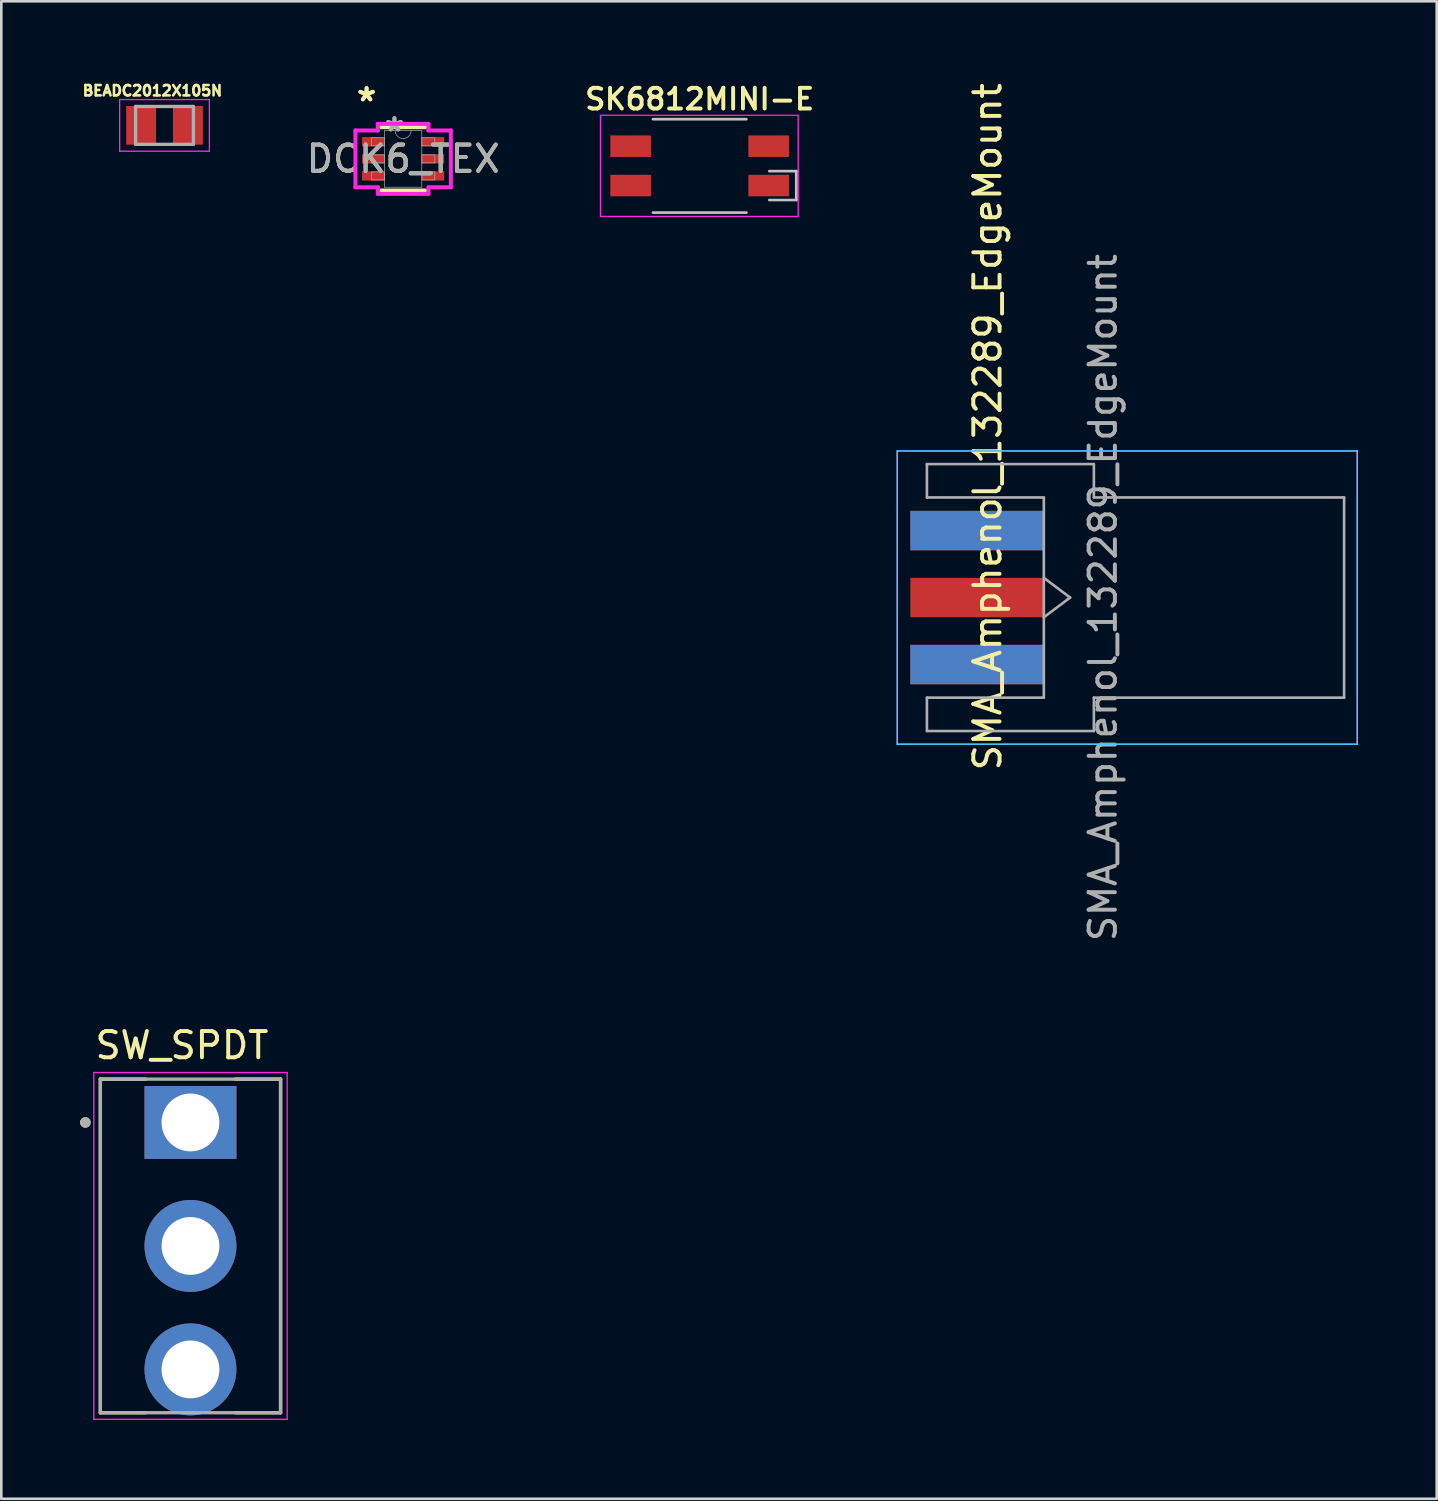
<source format=kicad_pcb>
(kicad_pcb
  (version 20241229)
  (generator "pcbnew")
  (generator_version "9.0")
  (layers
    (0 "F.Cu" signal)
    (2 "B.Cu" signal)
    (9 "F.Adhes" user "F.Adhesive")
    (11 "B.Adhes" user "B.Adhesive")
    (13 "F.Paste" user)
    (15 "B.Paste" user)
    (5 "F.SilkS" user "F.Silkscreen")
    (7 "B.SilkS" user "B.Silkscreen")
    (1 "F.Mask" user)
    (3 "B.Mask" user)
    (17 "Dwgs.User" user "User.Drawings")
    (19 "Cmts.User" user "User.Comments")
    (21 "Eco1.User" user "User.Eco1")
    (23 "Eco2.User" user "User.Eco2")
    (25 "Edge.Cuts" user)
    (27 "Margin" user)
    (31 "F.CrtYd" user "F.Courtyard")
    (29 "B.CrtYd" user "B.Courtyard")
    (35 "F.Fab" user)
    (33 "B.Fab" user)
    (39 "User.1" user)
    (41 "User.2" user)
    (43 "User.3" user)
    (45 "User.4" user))
  (footprint "SW_SPDT"
    (layer "F.Cu")
    (at 4.2 44.376)
    (property "Reference" "SW_SPDT" (at -0.325 -7.635 0) (layer "F.SilkS") (effects (font (size 1 1) (thickness 0.15))))
    (attr through_hole)
    (fp_line (start -3.43 6.35) (end -3.43 -6.35) (stroke (width 0.127) (type solid)) (layer "F.SilkS"))
    (fp_line (start -1.71 -6.35) (end -3.43 -6.35) (stroke (width 0.127) (type solid)) (layer "F.SilkS"))
    (fp_line (start -1.71 6.35) (end -3.43 6.35) (stroke (width 0.127) (type solid)) (layer "F.SilkS"))
    (fp_line (start 3.43 -6.35) (end 1.71 -6.35) (stroke (width 0.127) (type solid)) (layer "F.SilkS"))
    (fp_line (start 3.43 -6.35) (end 3.43 6.35) (stroke (width 0.127) (type solid)) (layer "F.SilkS"))
    (fp_line (start 3.43 6.35) (end 1.71 6.35) (stroke (width 0.127) (type solid)) (layer "F.SilkS"))
    (fp_circle (center -4 -4.7) (end -3.9 -4.7) (stroke (width 0.2) (type solid)) (fill no) (layer "F.SilkS"))
    (fp_line (start -3.68 -6.6) (end -3.68 6.6) (stroke (width 0.05) (type solid)) (layer "F.CrtYd"))
    (fp_line (start -3.68 6.6) (end 3.68 6.6) (stroke (width 0.05) (type solid)) (layer "F.CrtYd"))
    (fp_line (start 3.68 -6.6) (end -3.68 -6.6) (stroke (width 0.05) (type solid)) (layer "F.CrtYd"))
    (fp_line (start 3.68 6.6) (end 3.68 -6.6) (stroke (width 0.05) (type solid)) (layer "F.CrtYd"))
    (fp_line (start -3.43 -6.35) (end -3.43 6.35) (stroke (width 0.127) (type solid)) (layer "F.Fab"))
    (fp_line (start -3.43 6.35) (end 3.43 6.35) (stroke (width 0.127) (type solid)) (layer "F.Fab"))
    (fp_line (start 3.43 -6.35) (end -3.43 -6.35) (stroke (width 0.127) (type solid)) (layer "F.Fab"))
    (fp_line (start 3.43 6.35) (end 3.43 -6.35) (stroke (width 0.127) (type solid)) (layer "F.Fab"))
    (fp_circle (center -4 -4.7) (end -3.9 -4.7) (stroke (width 0.2) (type solid)) (fill no) (layer "F.Fab"))
    (pad "1" thru_hole rect (at 0 -4.7) (size 3.5 2.775) (drill 2.2) (layers "*.Cu" "*.Mask"))
    (pad "2" thru_hole circle (at 0 0) (size 3.5 3.5) (drill 2.2) (layers "*.Cu" "*.Mask"))
    (pad "3" thru_hole circle (at 0 4.7) (size 3.5 3.5) (drill 2.2) (layers "*.Cu" "*.Mask")))
  (footprint "DCK6_TEX"
    (layer "F.Cu")
    (at 12.295 2.997)
    (property "Reference" "DCK6_TEX" (at 0 0 0) (unlocked yes) (layer "F.SilkS") (effects (font (size 1 1) (thickness 0.15))))
    (attr smd)
    (fp_line (start -0.838 1.206) (end 0.838 1.206) (stroke (width 0.152) (type solid)) (layer "F.SilkS"))
    (fp_line (start 0.838 -1.206) (end -0.838 -1.206) (stroke (width 0.152) (type solid)) (layer "F.SilkS"))
    (fp_line (start -1.816 -1.082) (end -0.965 -1.082) (stroke (width 0.152) (type solid)) (layer "F.CrtYd"))
    (fp_line (start -1.816 1.082) (end -1.816 -1.082) (stroke (width 0.152) (type solid)) (layer "F.CrtYd"))
    (fp_line (start -1.816 1.082) (end -0.965 1.082) (stroke (width 0.152) (type solid)) (layer "F.CrtYd"))
    (fp_line (start -0.965 -1.333) (end 0.965 -1.333) (stroke (width 0.152) (type solid)) (layer "F.CrtYd"))
    (fp_line (start -0.965 -1.082) (end -0.965 -1.333) (stroke (width 0.152) (type solid)) (layer "F.CrtYd"))
    (fp_line (start -0.965 1.333) (end -0.965 1.082) (stroke (width 0.152) (type solid)) (layer "F.CrtYd"))
    (fp_line (start 0.965 -1.333) (end 0.965 -1.082) (stroke (width 0.152) (type solid)) (layer "F.CrtYd"))
    (fp_line (start 0.965 1.082) (end 0.965 1.333) (stroke (width 0.152) (type solid)) (layer "F.CrtYd"))
    (fp_line (start 0.965 1.333) (end -0.965 1.333) (stroke (width 0.152) (type solid)) (layer "F.CrtYd"))
    (fp_line (start 1.816 -1.082) (end 0.965 -1.082) (stroke (width 0.152) (type solid)) (layer "F.CrtYd"))
    (fp_line (start 1.816 -1.082) (end 1.816 1.082) (stroke (width 0.152) (type solid)) (layer "F.CrtYd"))
    (fp_line (start 1.816 1.082) (end 0.965 1.082) (stroke (width 0.152) (type solid)) (layer "F.CrtYd"))
    (fp_line (start -1.206 -0.802) (end -1.206 -0.498) (stroke (width 0.025) (type solid)) (layer "F.Fab"))
    (fp_line (start -1.206 -0.498) (end -0.711 -0.498) (stroke (width 0.025) (type solid)) (layer "F.Fab"))
    (fp_line (start -1.206 -0.152) (end -1.206 0.152) (stroke (width 0.025) (type solid)) (layer "F.Fab"))
    (fp_line (start -1.206 0.152) (end -0.711 0.152) (stroke (width 0.025) (type solid)) (layer "F.Fab"))
    (fp_line (start -1.206 0.498) (end -1.206 0.802) (stroke (width 0.025) (type solid)) (layer "F.Fab"))
    (fp_line (start -1.206 0.802) (end -0.711 0.802) (stroke (width 0.025) (type solid)) (layer "F.Fab"))
    (fp_line (start -0.711 -1.079) (end -0.711 1.079) (stroke (width 0.025) (type solid)) (layer "F.Fab"))
    (fp_line (start -0.711 -0.802) (end -1.206 -0.802) (stroke (width 0.025) (type solid)) (layer "F.Fab"))
    (fp_line (start -0.711 -0.498) (end -0.711 -0.802) (stroke (width 0.025) (type solid)) (layer "F.Fab"))
    (fp_line (start -0.711 -0.152) (end -1.206 -0.152) (stroke (width 0.025) (type solid)) (layer "F.Fab"))
    (fp_line (start -0.711 0.152) (end -0.711 -0.152) (stroke (width 0.025) (type solid)) (layer "F.Fab"))
    (fp_line (start -0.711 0.498) (end -1.206 0.498) (stroke (width 0.025) (type solid)) (layer "F.Fab"))
    (fp_line (start -0.711 0.802) (end -0.711 0.498) (stroke (width 0.025) (type solid)) (layer "F.Fab"))
    (fp_line (start -0.711 1.079) (end 0.711 1.079) (stroke (width 0.025) (type solid)) (layer "F.Fab"))
    (fp_line (start 0.711 -1.079) (end -0.711 -1.079) (stroke (width 0.025) (type solid)) (layer "F.Fab"))
    (fp_line (start 0.711 -0.802) (end 0.711 -0.498) (stroke (width 0.025) (type solid)) (layer "F.Fab"))
    (fp_line (start 0.711 -0.498) (end 1.206 -0.498) (stroke (width 0.025) (type solid)) (layer "F.Fab"))
    (fp_line (start 0.711 -0.152) (end 0.711 0.152) (stroke (width 0.025) (type solid)) (layer "F.Fab"))
    (fp_line (start 0.711 0.152) (end 1.206 0.152) (stroke (width 0.025) (type solid)) (layer "F.Fab"))
    (fp_line (start 0.711 0.498) (end 0.711 0.802) (stroke (width 0.025) (type solid)) (layer "F.Fab"))
    (fp_line (start 0.711 0.802) (end 1.206 0.802) (stroke (width 0.025) (type solid)) (layer "F.Fab"))
    (fp_line (start 0.711 1.079) (end 0.711 -1.079) (stroke (width 0.025) (type solid)) (layer "F.Fab"))
    (fp_line (start 1.206 -0.802) (end 0.711 -0.802) (stroke (width 0.025) (type solid)) (layer "F.Fab"))
    (fp_line (start 1.206 -0.498) (end 1.206 -0.802) (stroke (width 0.025) (type solid)) (layer "F.Fab"))
    (fp_line (start 1.206 -0.152) (end 0.711 -0.152) (stroke (width 0.025) (type solid)) (layer "F.Fab"))
    (fp_line (start 1.206 0.152) (end 1.206 -0.152) (stroke (width 0.025) (type solid)) (layer "F.Fab"))
    (fp_line (start 1.206 0.498) (end 0.711 0.498) (stroke (width 0.025) (type solid)) (layer "F.Fab"))
    (fp_line (start 1.206 0.802) (end 1.206 0.498) (stroke (width 0.025) (type solid)) (layer "F.Fab"))
    (fp_arc (start 0.3048 -1.0795) (mid 0 -0.7747) (end -0.3048 -1.0795) (stroke (width 0.0254) (type solid)) (layer "F.Fab"))
    (fp_text user "*" (at -1.391 -2.149 0) (unlocked yes) (layer "F.SilkS") (effects (font (size 1 1) (thickness 0.15))))
    (fp_text user "*" (at -1.391 -2.149 0) (layer "F.SilkS") (effects (font (size 1 1) (thickness 0.15))))
    (fp_text user "${REFERENCE}" (at 0 0 0) (unlocked yes) (layer "F.Fab") (effects (font (size 1 1) (thickness 0.15))))
    (fp_text user "*" (at -0.33 -1.003 0) (layer "F.Fab") (effects (font (size 1 1) (thickness 0.15))))
    (fp_text user "*" (at -0.33 -1.003 0) (unlocked yes) (layer "F.Fab") (effects (font (size 1 1) (thickness 0.15))))
    (pad "1" smd rect (at -1.137 -0.65) (size 0.851 0.356) (layers "F.Cu" "F.Mask" "F.Paste"))
    (pad "2" smd rect (at -1.137 0) (size 0.851 0.356) (layers "F.Cu" "F.Mask" "F.Paste"))
    (pad "3" smd rect (at -1.137 0.65) (size 0.851 0.356) (layers "F.Cu" "F.Mask" "F.Paste"))
    (pad "4" smd rect (at 1.137 0.65) (size 0.851 0.356) (layers "F.Cu" "F.Mask" "F.Paste"))
    (pad "5" smd rect (at 1.137 0) (size 0.851 0.356) (layers "F.Cu" "F.Mask" "F.Paste"))
    (pad "6" smd rect (at 1.137 -0.65) (size 0.851 0.356) (layers "F.Cu" "F.Mask" "F.Paste")))
  (footprint "SMA_Amphenol_132289_EdgeMount"
    (layer "F.Cu")
    (at 34.143 19.696)
    (property "Reference" "SMA_Amphenol_132289_EdgeMount" (at 0.4 -6.5 270) (layer "F.SilkS") (effects (font (size 1 1) (thickness 0.15) (bold yes))))
    (attr smd)
    (fp_line (start -3.04 5.58) (end -3.04 -5.58) (stroke (width 0.05) (type solid)) (layer "B.CrtYd"))
    (fp_line (start 14.47 -5.58) (end -3.04 -5.58) (stroke (width 0.05) (type solid)) (layer "B.CrtYd"))
    (fp_line (start 14.47 -5.58) (end 14.47 5.58) (stroke (width 0.05) (type solid)) (layer "B.CrtYd"))
    (fp_line (start 14.47 5.58) (end -3.04 5.58) (stroke (width 0.05) (type solid)) (layer "B.CrtYd"))
    (fp_line (start -3.04 5.58) (end -3.04 -5.58) (stroke (width 0.05) (type solid)) (layer "F.CrtYd"))
    (fp_line (start 14.47 -5.58) (end -3.04 -5.58) (stroke (width 0.05) (type solid)) (layer "F.CrtYd"))
    (fp_line (start 14.47 -5.58) (end 14.47 5.58) (stroke (width 0.05) (type solid)) (layer "F.CrtYd"))
    (fp_line (start 14.47 5.58) (end -3.04 5.58) (stroke (width 0.05) (type solid)) (layer "F.CrtYd"))
    (fp_line (start -1.91 -5.08) (end -1.91 -3.81) (stroke (width 0.1) (type solid)) (layer "F.Fab"))
    (fp_line (start -1.91 -5.08) (end 4.445 -5.08) (stroke (width 0.1) (type solid)) (layer "F.Fab"))
    (fp_line (start -1.91 -3.81) (end 2.54 -3.81) (stroke (width 0.1) (type solid)) (layer "F.Fab"))
    (fp_line (start -1.91 3.81) (end -1.91 5.08) (stroke (width 0.1) (type solid)) (layer "F.Fab"))
    (fp_line (start -1.91 5.08) (end 4.445 5.08) (stroke (width 0.1) (type solid)) (layer "F.Fab"))
    (fp_line (start 2.54 -3.81) (end 2.54 3.81) (stroke (width 0.1) (type solid)) (layer "F.Fab"))
    (fp_line (start 2.54 -0.75) (end 3.54 0) (stroke (width 0.1) (type solid)) (layer "F.Fab"))
    (fp_line (start 2.54 3.81) (end -1.91 3.81) (stroke (width 0.1) (type solid)) (layer "F.Fab"))
    (fp_line (start 3.54 0) (end 2.54 0.75) (stroke (width 0.1) (type solid)) (layer "F.Fab"))
    (fp_line (start 4.445 -3.81) (end 4.445 -5.08) (stroke (width 0.1) (type solid)) (layer "F.Fab"))
    (fp_line (start 4.445 -3.81) (end 13.97 -3.81) (stroke (width 0.1) (type solid)) (layer "F.Fab"))
    (fp_line (start 4.445 5.08) (end 4.445 3.81) (stroke (width 0.1) (type solid)) (layer "F.Fab"))
    (fp_line (start 13.97 -3.81) (end 13.97 3.81) (stroke (width 0.1) (type solid)) (layer "F.Fab"))
    (fp_line (start 13.97 3.81) (end 4.445 3.81) (stroke (width 0.1) (type solid)) (layer "F.Fab"))
    (fp_text user "${REFERENCE}" (at 4.79 0 270) (layer "F.Fab") (effects (font (size 1 1) (thickness 0.15))))
    (pad "1" smd rect (at 0 0 90) (size 1.5 5.08) (layers "F.Cu" "F.Mask" "F.Paste"))
    (pad "2" smd rect (at 0 -2.55 90) (size 1.5 5.08) (layers "F.Cu" "F.Mask" "F.Paste"))
    (pad "2" smd rect (at 0 -2.55 90) (size 1.5 5.08) (layers "B.Cu" "B.Mask" "B.Paste"))
    (pad "2" smd rect (at 0 2.55 90) (size 1.5 5.08) (layers "F.Cu" "F.Mask" "F.Paste"))
    (pad "2" smd rect (at 0 2.55 90) (size 1.5 5.08) (layers "B.Cu" "B.Mask" "B.Paste")))
  (footprint "SK6812MINI-E"
    (layer "F.Cu")
    (at 23.582 3.264)
    (property "Reference" "SK6812MINI-E" (at 0 -2.54 0) (layer "F.SilkS") (effects (font (size 0.787 0.787) (thickness 0.15))))
    (attr smd)
    (fp_poly (pts (xy -1.75 -1.55) (xy 1.75 -1.55) (xy 1.75 1.55) (xy -1.75 1.55)) (stroke (width 0.01) (type solid)) (fill yes) (layer "F.Mask"))
    (fp_poly (pts (xy -1.75 -1.55) (xy 1.75 -1.55) (xy 1.75 1.55) (xy -1.75 1.55)) (stroke (width 0.01) (type solid)) (fill yes) (layer "B.Mask"))
    (fp_line (start -1.778 -1.778) (end 1.778 -1.778) (stroke (width 0.102) (type solid)) (layer "Dwgs.User"))
    (fp_line (start -1.778 1.778) (end 1.778 1.778) (stroke (width 0.102) (type solid)) (layer "Dwgs.User"))
    (fp_line (start 2.65 1.3) (end 3.677 1.3) (stroke (width 0.1) (type solid)) (layer "Dwgs.User"))
    (fp_line (start 3.677 0.2) (end 2.65 0.2) (stroke (width 0.1) (type solid)) (layer "Dwgs.User"))
    (fp_line (start 3.677 1.3) (end 3.677 0.2) (stroke (width 0.1) (type solid)) (layer "Dwgs.User"))
    (fp_line (start -1.75 -1.55) (end -1.75 1.55) (stroke (width 0.001) (type solid)) (layer "Edge.Cuts"))
    (fp_line (start -1.75 1.55) (end 1.75 1.55) (stroke (width 0.001) (type solid)) (layer "Edge.Cuts"))
    (fp_line (start 1.75 -1.55) (end -1.75 -1.55) (stroke (width 0.001) (type solid)) (layer "Edge.Cuts"))
    (fp_line (start 1.75 1.55) (end 1.75 -1.55) (stroke (width 0.001) (type solid)) (layer "Edge.Cuts"))
    (fp_rect (start -3.775 -1.925) (end 3.75 1.925) (stroke (width 0.05) (type default)) (fill no) (layer "F.CrtYd"))
    (pad "1" smd custom (at 2.628 -0.75) (size 1.35 0.635) (layers "F.Cu" "F.Mask" "F.Paste") (options (anchor rect)) (primitives (gr_poly (pts (xy -0.774 -0.41) (xy -0.774 0.41) (xy 0.772 0.41) (xy 0.772 -0.41)) (width 0.001) (fill yes))))
    (pad "2" smd custom (at 2.628 0.75) (size 1.35 0.635) (layers "F.Cu" "F.Mask" "F.Paste") (options (anchor rect)) (primitives (gr_poly (pts (xy 0.772 -0.41) (xy 0.772 0.41) (xy -0.774 0.41) (xy -0.774 -0.41)) (width 0.001) (fill yes))))
    (pad "3" smd custom (at -2.628 0.75) (size 1.35 0.635) (layers "F.Cu" "F.Mask" "F.Paste") (options (anchor rect)) (primitives (gr_poly (pts (xy -0.772 -0.41) (xy -0.772 0.41) (xy 0.774 0.41) (xy 0.774 -0.41)) (width 0.001) (fill yes))))
    (pad "4" smd custom (at -2.628 -0.75) (size 1.35 0.635) (layers "F.Cu" "F.Mask" "F.Paste") (options (anchor rect)) (primitives (gr_poly (pts (xy 0.774 0.41) (xy -0.772 0.41) (xy -0.772 -0.41) (xy 0.774 -0.41)) (width 0.001) (fill yes)))))
  (footprint "BEADC2012X105N"
    (layer "F.Cu")
    (at 3.212 1.723)
    (property "Reference" "BEADC2012X105N" (at -0.46 -1.32 0) (layer "F.SilkS") (effects (font (size 0.394 0.394) (thickness 0.15))))
    (attr through_hole)
    (fp_line (start -1.708 -0.983) (end 1.708 -0.983) (stroke (width 0.05) (type solid)) (layer "F.CrtYd"))
    (fp_line (start -1.708 0.983) (end -1.708 -0.983) (stroke (width 0.05) (type solid)) (layer "F.CrtYd"))
    (fp_line (start -1.708 0.983) (end 1.708 0.983) (stroke (width 0.05) (type solid)) (layer "F.CrtYd"))
    (fp_line (start 1.708 0.983) (end 1.708 -0.983) (stroke (width 0.05) (type solid)) (layer "F.CrtYd"))
    (fp_line (start -1.1 0.72) (end -1.1 -0.72) (stroke (width 0.127) (type solid)) (layer "F.Fab"))
    (fp_line (start 1.1 -0.72) (end -1.1 -0.72) (stroke (width 0.127) (type solid)) (layer "F.Fab"))
    (fp_line (start 1.1 0.72) (end -1.1 0.72) (stroke (width 0.127) (type solid)) (layer "F.Fab"))
    (fp_line (start 1.1 0.72) (end 1.1 -0.72) (stroke (width 0.127) (type solid)) (layer "F.Fab"))
    (pad "1" smd rect (at -0.89 0) (size 1.14 1.47) (layers "F.Cu" "F.Mask" "F.Paste"))
    (pad "2" smd rect (at 0.89 0) (size 1.14 1.47) (layers "F.Cu" "F.Mask" "F.Paste")))
  (gr_rect
    (start -3 -3)
    (end 51.638 54.001)
    (stroke (width 0.1) (type default))
    (fill no)
    (layer "Edge.Cuts")))
</source>
